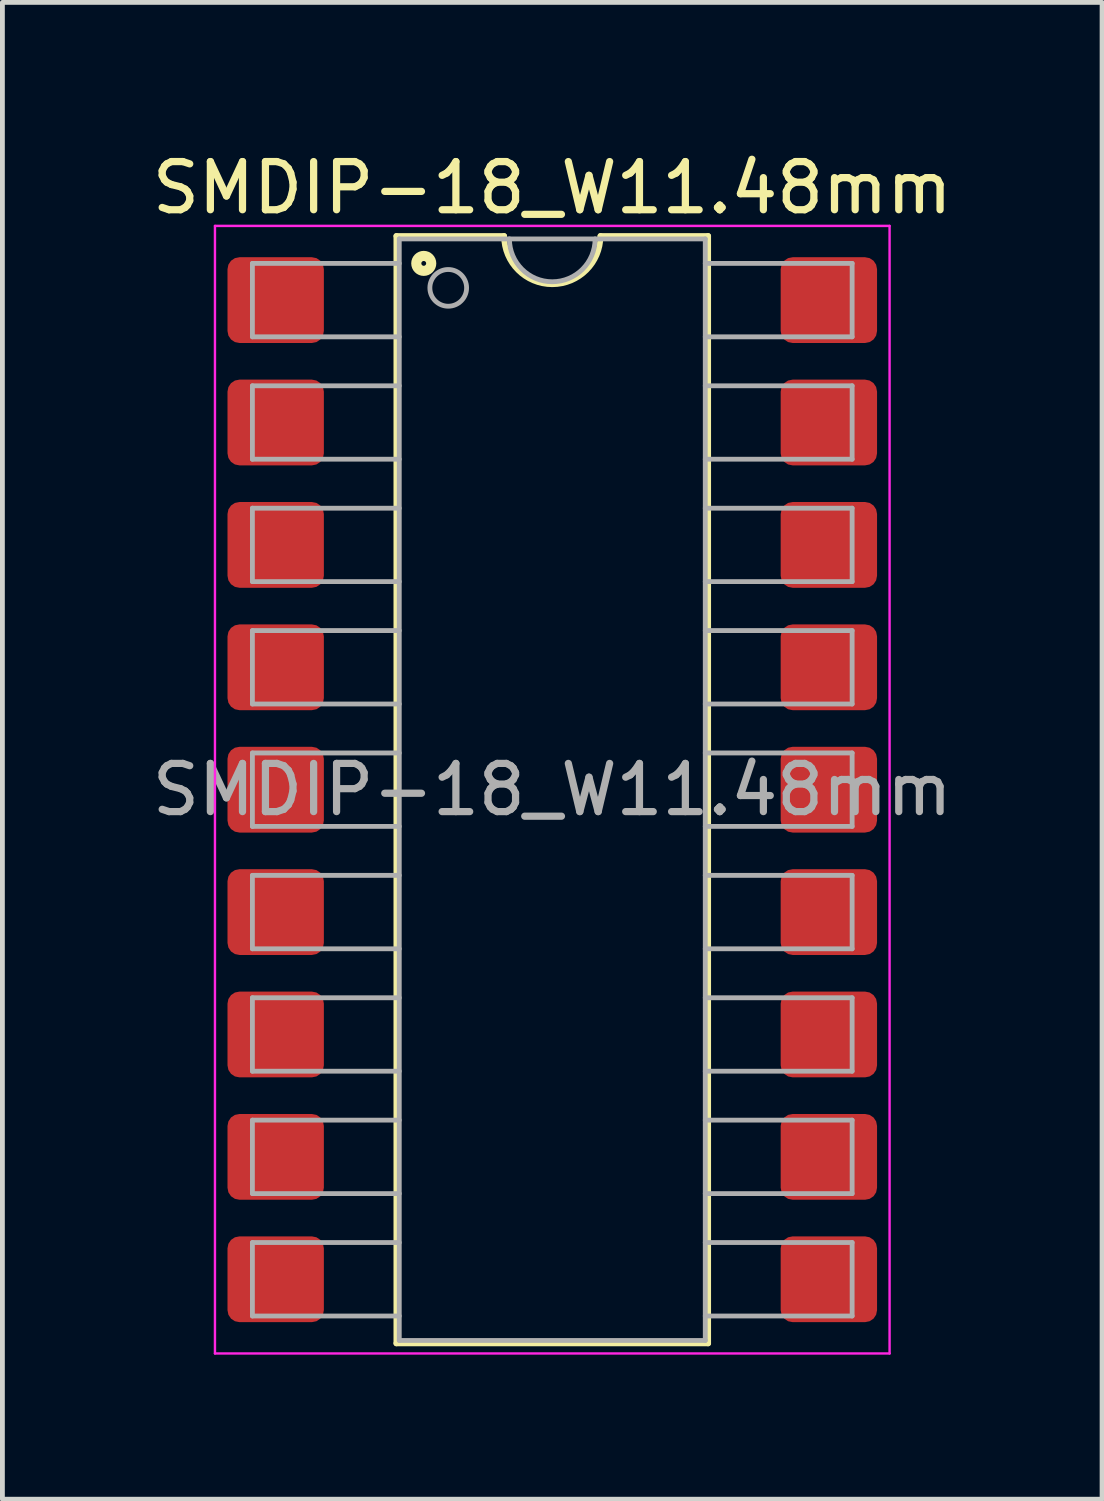
<source format=kicad_pcb>
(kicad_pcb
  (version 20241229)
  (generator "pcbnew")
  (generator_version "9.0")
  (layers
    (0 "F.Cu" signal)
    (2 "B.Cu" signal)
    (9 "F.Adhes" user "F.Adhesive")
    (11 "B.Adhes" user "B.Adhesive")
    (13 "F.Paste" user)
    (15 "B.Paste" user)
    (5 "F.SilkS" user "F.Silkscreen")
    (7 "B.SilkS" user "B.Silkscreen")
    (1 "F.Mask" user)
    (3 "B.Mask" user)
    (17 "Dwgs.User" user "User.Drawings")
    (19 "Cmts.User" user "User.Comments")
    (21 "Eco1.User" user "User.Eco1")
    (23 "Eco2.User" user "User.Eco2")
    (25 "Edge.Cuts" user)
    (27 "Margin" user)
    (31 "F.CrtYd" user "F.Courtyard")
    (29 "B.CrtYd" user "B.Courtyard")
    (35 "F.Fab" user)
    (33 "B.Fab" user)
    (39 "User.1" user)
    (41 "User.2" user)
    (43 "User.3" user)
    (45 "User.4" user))
  (footprint "SMDIP-18_W11.48mm"
    (layer "F.Cu")
    (at 8.411 13.338)
    (property "Reference" "SMDIP-18_W11.48mm" (at 0 -12.49 0) (layer "F.SilkS") (effects (font (size 1 1) (thickness 0.15))))
    (attr smd)
    (fp_line (start -3.235 -11.49) (end -3.235 11.49) (stroke (width 0.12) (type solid)) (layer "F.SilkS"))
    (fp_line (start -3.235 11.49) (end 3.235 11.49) (stroke (width 0.12) (type solid)) (layer "F.SilkS"))
    (fp_line (start -1 -11.49) (end -3.235 -11.49) (stroke (width 0.12) (type solid)) (layer "F.SilkS"))
    (fp_line (start 3.235 -11.49) (end 1 -11.49) (stroke (width 0.12) (type solid)) (layer "F.SilkS"))
    (fp_line (start 3.235 11.49) (end 3.235 -11.49) (stroke (width 0.12) (type solid)) (layer "F.SilkS"))
    (fp_arc (start 1 -11.49) (mid 0 -10.49) (end -1 -11.49) (stroke (width 0.12) (type solid)) (layer "F.SilkS"))
    (fp_circle (center -2.667 -10.922) (end -2.617 -10.922) (stroke (width 0.12) (type solid)) (fill no) (layer "F.SilkS"))
    (fp_circle (center -2.667 -10.922) (end -2.542 -10.922) (stroke (width 0.12) (type solid)) (fill no) (layer "F.SilkS"))
    (fp_circle (center -2.667 -10.922) (end -2.467 -10.922) (stroke (width 0.12) (type solid)) (fill no) (layer "F.SilkS"))
    (fp_line (start -7 -11.7) (end -7 11.7) (stroke (width 0.05) (type solid)) (layer "F.CrtYd"))
    (fp_line (start -7 11.7) (end 7 11.7) (stroke (width 0.05) (type solid)) (layer "F.CrtYd"))
    (fp_line (start 7 -11.7) (end -7 -11.7) (stroke (width 0.05) (type solid)) (layer "F.CrtYd"))
    (fp_line (start 7 11.7) (end 7 -11.7) (stroke (width 0.05) (type solid)) (layer "F.CrtYd"))
    (fp_line (start -6.223 -10.922) (end -6.223 -9.398) (stroke (width 0.1) (type solid)) (layer "F.Fab"))
    (fp_line (start -6.223 -10.922) (end -3.175 -10.922) (stroke (width 0.1) (type solid)) (layer "F.Fab"))
    (fp_line (start -6.223 -9.398) (end -3.175 -9.398) (stroke (width 0.1) (type solid)) (layer "F.Fab"))
    (fp_line (start -6.223 -8.382) (end -6.223 -6.858) (stroke (width 0.1) (type solid)) (layer "F.Fab"))
    (fp_line (start -6.223 -8.382) (end -3.175 -8.382) (stroke (width 0.1) (type solid)) (layer "F.Fab"))
    (fp_line (start -6.223 -6.858) (end -3.175 -6.858) (stroke (width 0.1) (type solid)) (layer "F.Fab"))
    (fp_line (start -6.223 -5.842) (end -6.223 -4.318) (stroke (width 0.1) (type solid)) (layer "F.Fab"))
    (fp_line (start -6.223 -5.842) (end -3.175 -5.842) (stroke (width 0.1) (type solid)) (layer "F.Fab"))
    (fp_line (start -6.223 -4.318) (end -3.175 -4.318) (stroke (width 0.1) (type solid)) (layer "F.Fab"))
    (fp_line (start -6.223 -3.302) (end -6.223 -1.778) (stroke (width 0.1) (type solid)) (layer "F.Fab"))
    (fp_line (start -6.223 -3.302) (end -3.175 -3.302) (stroke (width 0.1) (type solid)) (layer "F.Fab"))
    (fp_line (start -6.223 -1.778) (end -3.175 -1.778) (stroke (width 0.1) (type solid)) (layer "F.Fab"))
    (fp_line (start -6.223 -0.762) (end -6.223 0.762) (stroke (width 0.1) (type solid)) (layer "F.Fab"))
    (fp_line (start -6.223 -0.762) (end -3.175 -0.762) (stroke (width 0.1) (type solid)) (layer "F.Fab"))
    (fp_line (start -6.223 0.762) (end -3.175 0.762) (stroke (width 0.1) (type solid)) (layer "F.Fab"))
    (fp_line (start -6.223 1.778) (end -6.223 3.302) (stroke (width 0.1) (type solid)) (layer "F.Fab"))
    (fp_line (start -6.223 1.778) (end -3.175 1.778) (stroke (width 0.1) (type solid)) (layer "F.Fab"))
    (fp_line (start -6.223 3.302) (end -3.175 3.302) (stroke (width 0.1) (type solid)) (layer "F.Fab"))
    (fp_line (start -6.223 4.318) (end -6.223 5.842) (stroke (width 0.1) (type solid)) (layer "F.Fab"))
    (fp_line (start -6.223 4.318) (end -3.175 4.318) (stroke (width 0.1) (type solid)) (layer "F.Fab"))
    (fp_line (start -6.223 5.842) (end -3.175 5.842) (stroke (width 0.1) (type solid)) (layer "F.Fab"))
    (fp_line (start -6.223 6.858) (end -6.223 8.382) (stroke (width 0.1) (type solid)) (layer "F.Fab"))
    (fp_line (start -6.223 6.858) (end -3.175 6.858) (stroke (width 0.1) (type solid)) (layer "F.Fab"))
    (fp_line (start -6.223 8.382) (end -3.175 8.382) (stroke (width 0.1) (type solid)) (layer "F.Fab"))
    (fp_line (start -6.223 9.398) (end -6.223 10.922) (stroke (width 0.1) (type solid)) (layer "F.Fab"))
    (fp_line (start -6.223 9.398) (end -3.175 9.398) (stroke (width 0.1) (type solid)) (layer "F.Fab"))
    (fp_line (start -6.223 10.922) (end -3.175 10.922) (stroke (width 0.1) (type solid)) (layer "F.Fab"))
    (fp_line (start -3.175 -11.43) (end 3.175 -11.43) (stroke (width 0.1) (type solid)) (layer "F.Fab"))
    (fp_line (start -3.175 11.43) (end -3.175 -11.43) (stroke (width 0.1) (type solid)) (layer "F.Fab"))
    (fp_line (start 3.175 -11.43) (end 3.175 11.43) (stroke (width 0.1) (type solid)) (layer "F.Fab"))
    (fp_line (start 3.175 11.43) (end -3.175 11.43) (stroke (width 0.1) (type solid)) (layer "F.Fab"))
    (fp_line (start 6.223 -10.922) (end 3.175 -10.922) (stroke (width 0.1) (type solid)) (layer "F.Fab"))
    (fp_line (start 6.223 -9.398) (end 3.175 -9.398) (stroke (width 0.1) (type solid)) (layer "F.Fab"))
    (fp_line (start 6.223 -9.398) (end 6.223 -10.922) (stroke (width 0.1) (type solid)) (layer "F.Fab"))
    (fp_line (start 6.223 -8.382) (end 3.175 -8.382) (stroke (width 0.1) (type solid)) (layer "F.Fab"))
    (fp_line (start 6.223 -6.858) (end 3.175 -6.858) (stroke (width 0.1) (type solid)) (layer "F.Fab"))
    (fp_line (start 6.223 -6.858) (end 6.223 -8.382) (stroke (width 0.1) (type solid)) (layer "F.Fab"))
    (fp_line (start 6.223 -5.842) (end 3.175 -5.842) (stroke (width 0.1) (type solid)) (layer "F.Fab"))
    (fp_line (start 6.223 -4.318) (end 3.175 -4.318) (stroke (width 0.1) (type solid)) (layer "F.Fab"))
    (fp_line (start 6.223 -4.318) (end 6.223 -5.842) (stroke (width 0.1) (type solid)) (layer "F.Fab"))
    (fp_line (start 6.223 -3.302) (end 3.175 -3.302) (stroke (width 0.1) (type solid)) (layer "F.Fab"))
    (fp_line (start 6.223 -1.778) (end 3.175 -1.778) (stroke (width 0.1) (type solid)) (layer "F.Fab"))
    (fp_line (start 6.223 -1.778) (end 6.223 -3.302) (stroke (width 0.1) (type solid)) (layer "F.Fab"))
    (fp_line (start 6.223 -0.762) (end 3.175 -0.762) (stroke (width 0.1) (type solid)) (layer "F.Fab"))
    (fp_line (start 6.223 0.762) (end 3.175 0.762) (stroke (width 0.1) (type solid)) (layer "F.Fab"))
    (fp_line (start 6.223 0.762) (end 6.223 -0.762) (stroke (width 0.1) (type solid)) (layer "F.Fab"))
    (fp_line (start 6.223 1.778) (end 3.175 1.778) (stroke (width 0.1) (type solid)) (layer "F.Fab"))
    (fp_line (start 6.223 3.302) (end 3.175 3.302) (stroke (width 0.1) (type solid)) (layer "F.Fab"))
    (fp_line (start 6.223 3.302) (end 6.223 1.778) (stroke (width 0.1) (type solid)) (layer "F.Fab"))
    (fp_line (start 6.223 4.318) (end 3.175 4.318) (stroke (width 0.1) (type solid)) (layer "F.Fab"))
    (fp_line (start 6.223 5.842) (end 3.175 5.842) (stroke (width 0.1) (type solid)) (layer "F.Fab"))
    (fp_line (start 6.223 5.842) (end 6.223 4.318) (stroke (width 0.1) (type solid)) (layer "F.Fab"))
    (fp_line (start 6.223 6.858) (end 3.175 6.858) (stroke (width 0.1) (type solid)) (layer "F.Fab"))
    (fp_line (start 6.223 8.382) (end 3.175 8.382) (stroke (width 0.1) (type solid)) (layer "F.Fab"))
    (fp_line (start 6.223 8.382) (end 6.223 6.858) (stroke (width 0.1) (type solid)) (layer "F.Fab"))
    (fp_line (start 6.223 9.398) (end 3.175 9.398) (stroke (width 0.1) (type solid)) (layer "F.Fab"))
    (fp_line (start 6.223 10.922) (end 3.175 10.922) (stroke (width 0.1) (type solid)) (layer "F.Fab"))
    (fp_line (start 6.223 10.922) (end 6.223 9.398) (stroke (width 0.1) (type solid)) (layer "F.Fab"))
    (fp_arc (start 0.889 -11.43) (mid 0 -10.541) (end -0.889 -11.43) (stroke (width 0.1) (type solid)) (layer "F.Fab"))
    (fp_circle (center -2.159 -10.414) (end -1.778 -10.414) (stroke (width 0.1) (type solid)) (fill no) (layer "F.Fab"))
    (fp_text user "${REFERENCE}" (at 0 0 0) (layer "F.Fab") (effects (font (size 1 1) (thickness 0.15))))
    (pad "1" smd roundrect (at -5.74 -10.16) (size 2 1.78) (layers "F.Cu" "F.Mask" "F.Paste") (roundrect_rratio 0.14))
    (pad "2" smd roundrect (at -5.74 -7.62) (size 2 1.78) (layers "F.Cu" "F.Mask" "F.Paste") (roundrect_rratio 0.14))
    (pad "3" smd roundrect (at -5.74 -5.08) (size 2 1.78) (layers "F.Cu" "F.Mask" "F.Paste") (roundrect_rratio 0.14))
    (pad "4" smd roundrect (at -5.74 -2.54) (size 2 1.78) (layers "F.Cu" "F.Mask" "F.Paste") (roundrect_rratio 0.14))
    (pad "5" smd roundrect (at -5.74 0) (size 2 1.78) (layers "F.Cu" "F.Mask" "F.Paste") (roundrect_rratio 0.14))
    (pad "6" smd roundrect (at -5.74 2.54) (size 2 1.78) (layers "F.Cu" "F.Mask" "F.Paste") (roundrect_rratio 0.14))
    (pad "7" smd roundrect (at -5.74 5.08) (size 2 1.78) (layers "F.Cu" "F.Mask" "F.Paste") (roundrect_rratio 0.14))
    (pad "8" smd roundrect (at -5.74 7.62) (size 2 1.78) (layers "F.Cu" "F.Mask" "F.Paste") (roundrect_rratio 0.14))
    (pad "9" smd roundrect (at -5.74 10.16) (size 2 1.78) (layers "F.Cu" "F.Mask" "F.Paste") (roundrect_rratio 0.14))
    (pad "10" smd roundrect (at 5.74 10.16) (size 2 1.78) (layers "F.Cu" "F.Mask" "F.Paste") (roundrect_rratio 0.14))
    (pad "11" smd roundrect (at 5.74 7.62) (size 2 1.78) (layers "F.Cu" "F.Mask" "F.Paste") (roundrect_rratio 0.14))
    (pad "12" smd roundrect (at 5.74 5.08) (size 2 1.78) (layers "F.Cu" "F.Mask" "F.Paste") (roundrect_rratio 0.14))
    (pad "13" smd roundrect (at 5.74 2.54) (size 2 1.78) (layers "F.Cu" "F.Mask" "F.Paste") (roundrect_rratio 0.14))
    (pad "14" smd roundrect (at 5.74 0) (size 2 1.78) (layers "F.Cu" "F.Mask" "F.Paste") (roundrect_rratio 0.14))
    (pad "15" smd roundrect (at 5.74 -2.54) (size 2 1.78) (layers "F.Cu" "F.Mask" "F.Paste") (roundrect_rratio 0.14))
    (pad "16" smd roundrect (at 5.74 -5.08) (size 2 1.78) (layers "F.Cu" "F.Mask" "F.Paste") (roundrect_rratio 0.14))
    (pad "17" smd roundrect (at 5.74 -7.62) (size 2 1.78) (layers "F.Cu" "F.Mask" "F.Paste") (roundrect_rratio 0.14))
    (pad "18" smd roundrect (at 5.74 -10.16) (size 2 1.78) (layers "F.Cu" "F.Mask" "F.Paste") (roundrect_rratio 0.14)))
  (gr_rect
    (start -3 -3)
    (end 19.821 28.063)
    (stroke (width 0.1) (type default))
    (fill no)
    (layer "Edge.Cuts")))
</source>
